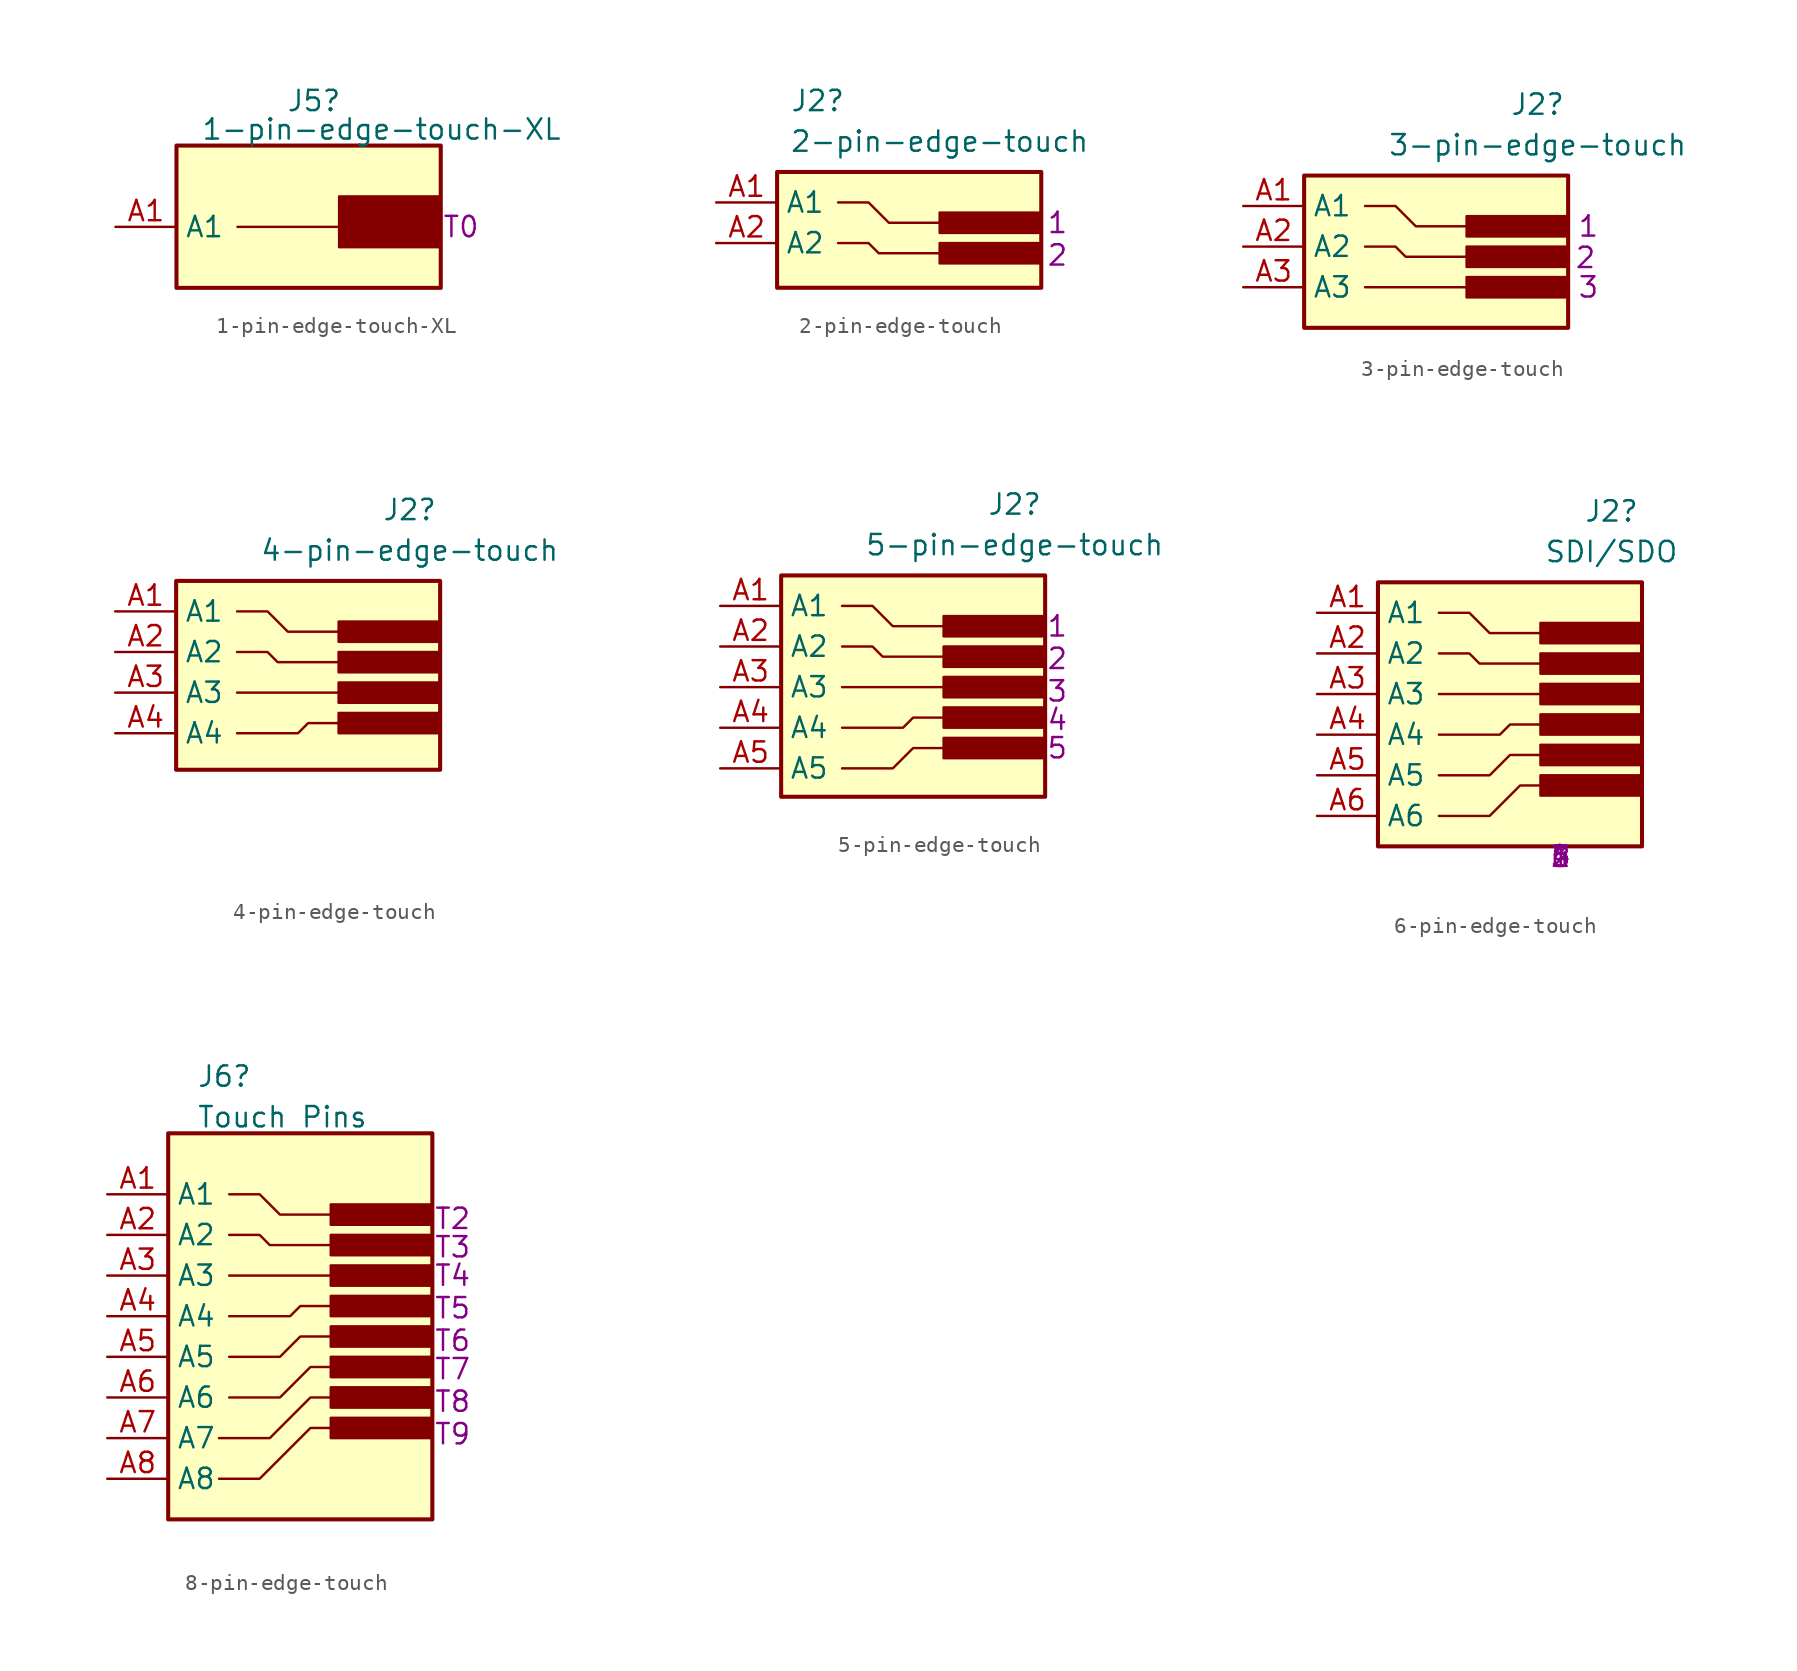
<source format=kicad_sym>
(kicad_symbol_lib
  (version 20220914)
  (generator kicad_symbol_editor)
  (symbol "1-pin-edge-touch-XL"
    (property "Reference" "J5"
      (at -4.572 20.574 0)
      (effects (font (size 1.27 1.27)) (justify left)))
    (property "Value" "1-pin-edge-touch-XL"
      (at -9.906 18.796 0)
      (effects (font (size 1.27 1.27)) (justify left)))
    (property "PIN1" "T0"
      (at 6.35 12.7 0)
      (effects (font (size 1.27 1.27))))
    (symbol "1-pin-edge-touch-XL_0_1"
      (rectangle (start -11.43 17.78) (end 5.08 8.89) (stroke (width 0.254) (type default)) (fill (type background)))
      (rectangle (start -1.27 14.605) (end 5.08 11.43) (stroke (width 0) (type default)) (fill (type color) (color 132 0 0 1)))
      (polyline (pts (xy -7.62 12.7) (xy -5.715 12.7) (xy -5.08 12.7) (xy -1.27 12.7)) (stroke (width 0) (type default)) (fill (type none))))
    (symbol "1-pin-edge-touch-XL_1_1"
      (pin passive line (at -15.24 12.7 0) (length 3.81) (name "A1" (effects (font (size 1.27 1.27)))) (number "A1" (effects (font (size 1.27 1.27)))))))
  (symbol "2-pin-edge-touch"
    (property "Reference" "J2"
      (at -6.35 7.62 0)
      (effects (font (size 1.27 1.27))))
    (property "Value" "2-pin-edge-touch"
      (at 1.27 5.08 0)
      (effects (font (size 1.27 1.27))))
    (property "PIN1" "1"
      (at 8.636 0 0)
      (effects (font (size 1.27 1.27))))
    (property "PIN2" "2"
      (at 8.636 -2.032 0)
      (effects (font (size 1.27 1.27))))
    (symbol "2-pin-edge-touch_0_1"
      (rectangle (start -8.89 3.175) (end 7.62 -4.064) (stroke (width 0.254) (type default)) (fill (type background)))
      (polyline (pts (xy -5.08 -1.27) (xy -3.175 -1.27) (xy -2.54 -1.905) (xy 1.27 -1.905)) (stroke (width 0) (type default)) (fill (type none)))
      (polyline (pts (xy -5.08 1.27) (xy -3.175 1.27) (xy -1.905 0) (xy 1.27 0)) (stroke (width 0) (type default)) (fill (type none)))
      (rectangle (start 1.27 -1.27) (end 7.62 -2.54) (stroke (width 0) (type default)) (fill (type color) (color 132 0 0 1)))
      (rectangle (start 1.27 0.635) (end 7.62 -0.635) (stroke (width 0) (type default)) (fill (type color) (color 132 0 0 1))))
    (symbol "2-pin-edge-touch_1_1"
      (pin passive line (at -12.7 1.27 0) (length 3.81) (name "A1" (effects (font (size 1.27 1.27)))) (number "A1" (effects (font (size 1.27 1.27)))))
      (pin passive line (at -12.7 -1.27 0) (length 3.81) (name "A2" (effects (font (size 1.27 1.27)))) (number "A2" (effects (font (size 1.27 1.27)))))))
  (symbol "3-pin-edge-touch"
    (property "Reference" "J2"
      (at 1.905 8.89 0)
      (effects (font (size 1.27 1.27))))
    (property "Value" "3-pin-edge-touch"
      (at 1.905 6.35 0)
      (effects (font (size 1.27 1.27))))
    (property "PIN1" "1"
      (at 5.08 1.27 0)
      (effects (font (size 1.27 1.27))))
    (property "PIN2" "2"
      (at 4.895 -0.696 0)
      (effects (font (size 1.27 1.27))))
    (property "PIN3" "3"
      (at 5.08 -2.54 0)
      (effects (font (size 1.27 1.27))))
    (symbol "3-pin-edge-touch_0_1"
      (rectangle (start -12.7 4.445) (end 3.81 -5.08) (stroke (width 0.254) (type default)) (fill (type background)))
      (rectangle (start -2.54 -1.905) (end 3.81 -3.175) (stroke (width 0) (type default)) (fill (type color) (color 132 0 0 1)))
      (rectangle (start -2.54 0) (end 3.81 -1.27) (stroke (width 0) (type default)) (fill (type color) (color 132 0 0 1)))
      (rectangle (start -2.54 1.905) (end 3.81 0.635) (stroke (width 0) (type default)) (fill (type color) (color 132 0 0 1)))
      (polyline (pts (xy -8.89 -2.54) (xy -2.54 -2.54)) (stroke (width 0) (type default)) (fill (type none)))
      (polyline (pts (xy -8.89 0) (xy -6.985 0) (xy -6.35 -0.635) (xy -2.54 -0.635)) (stroke (width 0) (type default)) (fill (type none)))
      (polyline (pts (xy -8.89 2.54) (xy -6.985 2.54) (xy -5.715 1.27) (xy -2.54 1.27)) (stroke (width 0) (type default)) (fill (type none))))
    (symbol "3-pin-edge-touch_1_1"
      (pin passive line (at -16.51 2.54 0) (length 3.81) (name "A1" (effects (font (size 1.27 1.27)))) (number "A1" (effects (font (size 1.27 1.27)))))
      (pin passive line (at -16.51 0 0) (length 3.81) (name "A2" (effects (font (size 1.27 1.27)))) (number "A2" (effects (font (size 1.27 1.27)))))
      (pin passive line (at -16.51 -2.54 0) (length 3.81) (name "A3" (effects (font (size 1.27 1.27)))) (number "A3" (effects (font (size 1.27 1.27)))))))
  (symbol "4-pin-edge-touch"
    (property "Reference" "J2"
      (at 3.175 10.16 0)
      (effects (font (size 1.27 1.27))))
    (property "Value" "4-pin-edge-touch"
      (at 3.175 7.62 0)
      (effects (font (size 1.27 1.27))))
    (property "PIN1" ""
      (at 0 -11.43 0)
      (effects (font (size 1.27 1.27))))
    (property "PIN2" ""
      (at 0 -11.43 0)
      (effects (font (size 1.27 1.27))))
    (property "PIN3" ""
      (at 0 -11.43 0)
      (effects (font (size 1.27 1.27))))
    (property "PIN4" ""
      (at 0 -11.43 0)
      (effects (font (size 1.27 1.27))))
    (symbol "4-pin-edge-touch_0_1"
      (rectangle (start -11.43 5.715) (end 5.08 -6.096) (stroke (width 0.254) (type default)) (fill (type background)))
      (rectangle (start -1.27 -2.54) (end 5.08 -3.81) (stroke (width 0) (type default)) (fill (type color) (color 132 0 0 1)))
      (rectangle (start -1.27 -0.635) (end 5.08 -1.905) (stroke (width 0) (type default)) (fill (type color) (color 132 0 0 1)))
      (rectangle (start -1.27 1.27) (end 5.08 0) (stroke (width 0) (type default)) (fill (type color) (color 132 0 0 1)))
      (rectangle (start -1.27 3.175) (end 5.08 1.905) (stroke (width 0) (type default)) (fill (type color) (color 132 0 0 1)))
      (polyline (pts (xy -7.62 -1.27) (xy -1.27 -1.27)) (stroke (width 0) (type default)) (fill (type none)))
      (polyline (pts (xy -7.62 -3.81) (xy -3.81 -3.81) (xy -3.175 -3.175) (xy -1.27 -3.175)) (stroke (width 0) (type default)) (fill (type none)))
      (polyline (pts (xy -7.62 1.27) (xy -5.715 1.27) (xy -5.08 0.635) (xy -1.27 0.635)) (stroke (width 0) (type default)) (fill (type none)))
      (polyline (pts (xy -7.62 3.81) (xy -5.715 3.81) (xy -4.445 2.54) (xy -1.27 2.54)) (stroke (width 0) (type default)) (fill (type none))))
    (symbol "4-pin-edge-touch_1_1"
      (pin passive line (at -15.24 3.81 0) (length 3.81) (name "A1" (effects (font (size 1.27 1.27)))) (number "A1" (effects (font (size 1.27 1.27)))))
      (pin passive line (at -15.24 1.27 0) (length 3.81) (name "A2" (effects (font (size 1.27 1.27)))) (number "A2" (effects (font (size 1.27 1.27)))))
      (pin passive line (at -15.24 -1.27 0) (length 3.81) (name "A3" (effects (font (size 1.27 1.27)))) (number "A3" (effects (font (size 1.27 1.27)))))
      (pin passive line (at -15.24 -3.81 0) (length 3.81) (name "A4" (effects (font (size 1.27 1.27)))) (number "A4" (effects (font (size 1.27 1.27)))))))
  (symbol "5-pin-edge-touch"
    (property "Reference" "J2"
      (at 3.175 21.59 0)
      (effects (font (size 1.27 1.27))))
    (property "Value" "5-pin-edge-touch"
      (at 3.175 19.05 0)
      (effects (font (size 1.27 1.27))))
    (property "PIN1" "1"
      (at 5.842 13.97 0)
      (effects (font (size 1.27 1.27))))
    (property "PIN2" "2"
      (at 5.842 11.938 0)
      (effects (font (size 1.27 1.27))))
    (property "PIN3" "3"
      (at 5.842 9.906 0)
      (effects (font (size 1.27 1.27))))
    (property "PIN4" "4"
      (at 5.842 8.128 0)
      (effects (font (size 1.27 1.27))))
    (property "PIN5" "5"
      (at 5.842 6.35 0)
      (effects (font (size 1.27 1.27))))
    (symbol "5-pin-edge-touch_0_1"
      (rectangle (start -11.43 17.145) (end 5.08 3.302) (stroke (width 0.254) (type default)) (fill (type background)))
      (rectangle (start -1.27 6.985) (end 5.08 5.715) (stroke (width 0) (type default)) (fill (type color) (color 132 0 0 1)))
      (rectangle (start -1.27 8.89) (end 5.08 7.62) (stroke (width 0) (type default)) (fill (type color) (color 132 0 0 1)))
      (rectangle (start -1.27 10.795) (end 5.08 9.525) (stroke (width 0) (type default)) (fill (type color) (color 132 0 0 1)))
      (rectangle (start -1.27 12.7) (end 5.08 11.43) (stroke (width 0) (type default)) (fill (type color) (color 132 0 0 1)))
      (rectangle (start -1.27 14.605) (end 5.08 13.335) (stroke (width 0) (type default)) (fill (type color) (color 132 0 0 1)))
      (polyline (pts (xy -7.62 10.16) (xy -1.27 10.16)) (stroke (width 0) (type default)) (fill (type none)))
      (polyline (pts (xy -7.62 5.08) (xy -4.445 5.08) (xy -3.175 6.35) (xy -1.27 6.35)) (stroke (width 0) (type default)) (fill (type none)))
      (polyline (pts (xy -7.62 7.62) (xy -3.81 7.62) (xy -3.175 8.255) (xy -1.27 8.255)) (stroke (width 0) (type default)) (fill (type none)))
      (polyline (pts (xy -7.62 12.7) (xy -5.715 12.7) (xy -5.08 12.065) (xy -1.27 12.065)) (stroke (width 0) (type default)) (fill (type none)))
      (polyline (pts (xy -7.62 15.24) (xy -5.715 15.24) (xy -4.445 13.97) (xy -1.27 13.97)) (stroke (width 0) (type default)) (fill (type none))))
    (symbol "5-pin-edge-touch_1_1"
      (pin passive line (at -15.24 15.24 0) (length 3.81) (name "A1" (effects (font (size 1.27 1.27)))) (number "A1" (effects (font (size 1.27 1.27)))))
      (pin passive line (at -15.24 12.7 0) (length 3.81) (name "A2" (effects (font (size 1.27 1.27)))) (number "A2" (effects (font (size 1.27 1.27)))))
      (pin passive line (at -15.24 10.16 0) (length 3.81) (name "A3" (effects (font (size 1.27 1.27)))) (number "A3" (effects (font (size 1.27 1.27)))))
      (pin passive line (at -15.24 7.62 0) (length 3.81) (name "A4" (effects (font (size 1.27 1.27)))) (number "A4" (effects (font (size 1.27 1.27)))))
      (pin passive line (at -15.24 5.08 0) (length 3.81) (name "A5" (effects (font (size 1.27 1.27)))) (number "A5" (effects (font (size 1.27 1.27)))))))
  (symbol "6-pin-edge-touch"
    (property "Reference" "J2"
      (at 3.175 21.59 0)
      (effects (font (size 1.27 1.27))))
    (property "Value" "SDI/SDO"
      (at 3.175 19.05 0)
      (effects (font (size 1.27 1.27))))
    (property "PIN1" "1"
      (at 0 0 0)
      (effects (font (size 1.27 1.27))))
    (property "PIN2" "2"
      (at 0 0 0)
      (effects (font (size 1.27 1.27))))
    (property "PIN3" "3"
      (at 0 0 0)
      (effects (font (size 1.27 1.27))))
    (property "PIN4" "4"
      (at 0 0 0)
      (effects (font (size 1.27 1.27))))
    (property "PIN5" "5"
      (at 0 0 0)
      (effects (font (size 1.27 1.27))))
    (property "PIN6" "6"
      (at 0 0 0)
      (effects (font (size 1.27 1.27))))
    (symbol "6-pin-edge-touch_0_1"
      (rectangle (start -11.43 17.145) (end 5.08 0.635) (stroke (width 0.254) (type default)) (fill (type background)))
      (rectangle (start -1.27 5.08) (end 5.08 3.81) (stroke (width 0) (type default)) (fill (type color) (color 132 0 0 1)))
      (rectangle (start -1.27 6.985) (end 5.08 5.715) (stroke (width 0) (type default)) (fill (type color) (color 132 0 0 1)))
      (rectangle (start -1.27 8.89) (end 5.08 7.62) (stroke (width 0) (type default)) (fill (type color) (color 132 0 0 1)))
      (rectangle (start -1.27 10.795) (end 5.08 9.525) (stroke (width 0) (type default)) (fill (type color) (color 132 0 0 1)))
      (rectangle (start -1.27 12.7) (end 5.08 11.43) (stroke (width 0) (type default)) (fill (type color) (color 132 0 0 1)))
      (rectangle (start -1.27 14.605) (end 5.08 13.335) (stroke (width 0) (type default)) (fill (type color) (color 132 0 0 1)))
      (polyline (pts (xy -7.62 10.16) (xy -1.27 10.16)) (stroke (width 0) (type default)) (fill (type none)))
      (polyline (pts (xy -7.62 2.54) (xy -4.445 2.54) (xy -2.54 4.445) (xy -1.27 4.445)) (stroke (width 0) (type default)) (fill (type none)))
      (polyline (pts (xy -7.62 5.08) (xy -4.445 5.08) (xy -3.175 6.35) (xy -1.27 6.35)) (stroke (width 0) (type default)) (fill (type none)))
      (polyline (pts (xy -7.62 7.62) (xy -3.81 7.62) (xy -3.175 8.255) (xy -1.27 8.255)) (stroke (width 0) (type default)) (fill (type none)))
      (polyline (pts (xy -7.62 12.7) (xy -5.715 12.7) (xy -5.08 12.065) (xy -1.27 12.065)) (stroke (width 0) (type default)) (fill (type none)))
      (polyline (pts (xy -7.62 15.24) (xy -5.715 15.24) (xy -4.445 13.97) (xy -1.27 13.97)) (stroke (width 0) (type default)) (fill (type none))))
    (symbol "6-pin-edge-touch_1_1"
      (pin passive line (at -15.24 15.24 0) (length 3.81) (name "A1" (effects (font (size 1.27 1.27)))) (number "A1" (effects (font (size 1.27 1.27)))))
      (pin passive line (at -15.24 12.7 0) (length 3.81) (name "A2" (effects (font (size 1.27 1.27)))) (number "A2" (effects (font (size 1.27 1.27)))))
      (pin passive line (at -15.24 10.16 0) (length 3.81) (name "A3" (effects (font (size 1.27 1.27)))) (number "A3" (effects (font (size 1.27 1.27)))))
      (pin passive line (at -15.24 7.62 0) (length 3.81) (name "A4" (effects (font (size 1.27 1.27)))) (number "A4" (effects (font (size 1.27 1.27)))))
      (pin passive line (at -15.24 5.08 0) (length 3.81) (name "A5" (effects (font (size 1.27 1.27)))) (number "A5" (effects (font (size 1.27 1.27)))))
      (pin passive line (at -15.24 2.54 0) (length 3.81) (name "A6" (effects (font (size 1.27 1.27)))) (number "A6" (effects (font (size 1.27 1.27)))))))
  (symbol "8-pin-edge-touch"
    (property "Reference" "J6"
      (at -9.652 22.606 0)
      (effects (font (size 1.27 1.27)) (justify left)))
    (property "Value" "Touch Pins"
      (at -9.652 20.066 0)
      (effects (font (size 1.27 1.27)) (justify left)))
    (property "PIN1" "T2"
      (at 6.35 13.716 0)
      (effects (font (size 1.27 1.27))))
    (property "PIN2" "T3"
      (at 6.35 11.938 0)
      (effects (font (size 1.27 1.27))))
    (property "PIN3" "T4"
      (at 6.35 10.16 0)
      (effects (font (size 1.27 1.27))))
    (property "PIN4" "T5"
      (at 6.35 8.128 0)
      (effects (font (size 1.27 1.27))))
    (property "PIN5" "T6"
      (at 6.35 6.096 0)
      (effects (font (size 1.27 1.27))))
    (property "PIN6" "T7"
      (at 6.35 4.318 0)
      (effects (font (size 1.27 1.27))))
    (property "PIN7" "T8"
      (at 6.35 2.286 0)
      (effects (font (size 1.27 1.27))))
    (property "PIN8" "T9"
      (at 6.35 0.254 0)
      (effects (font (size 1.27 1.27))))
    (symbol "8-pin-edge-touch_0_1"
      (rectangle (start -11.43 19.05) (end 5.08 -5.08) (stroke (width 0.254) (type default)) (fill (type background)))
      (rectangle (start -1.27 1.27) (end 5.08 0) (stroke (width 0) (type default)) (fill (type color) (color 132 0 0 1)))
      (rectangle (start -1.27 3.175) (end 5.08 1.905) (stroke (width 0) (type default)) (fill (type color) (color 132 0 0 1)))
      (rectangle (start -1.27 5.08) (end 5.08 3.81) (stroke (width 0) (type default)) (fill (type color) (color 132 0 0 1)))
      (rectangle (start -1.27 6.985) (end 5.08 5.715) (stroke (width 0) (type default)) (fill (type color) (color 132 0 0 1)))
      (rectangle (start -1.27 8.89) (end 5.08 7.62) (stroke (width 0) (type default)) (fill (type color) (color 132 0 0 1)))
      (rectangle (start -1.27 10.795) (end 5.08 9.525) (stroke (width 0) (type default)) (fill (type color) (color 132 0 0 1)))
      (rectangle (start -1.27 12.7) (end 5.08 11.43) (stroke (width 0) (type default)) (fill (type color) (color 132 0 0 1)))
      (rectangle (start -1.27 14.605) (end 5.08 13.335) (stroke (width 0) (type default)) (fill (type color) (color 132 0 0 1)))
      (polyline (pts (xy -7.62 10.16) (xy -1.27 10.16)) (stroke (width 0) (type default)) (fill (type none)))
      (polyline (pts (xy -8.255 -2.54) (xy -5.715 -2.54) (xy -2.54 0.635) (xy -1.27 0.635)) (stroke (width 0) (type default)) (fill (type none)))
      (polyline (pts (xy -8.255 0) (xy -5.08 0) (xy -2.54 2.54) (xy -1.27 2.54)) (stroke (width 0) (type default)) (fill (type none)))
      (polyline (pts (xy -7.62 2.54) (xy -4.445 2.54) (xy -2.54 4.445) (xy -1.27 4.445)) (stroke (width 0) (type default)) (fill (type none)))
      (polyline (pts (xy -7.62 5.08) (xy -4.445 5.08) (xy -3.175 6.35) (xy -1.27 6.35)) (stroke (width 0) (type default)) (fill (type none)))
      (polyline (pts (xy -7.62 7.62) (xy -3.81 7.62) (xy -3.175 8.255) (xy -1.27 8.255)) (stroke (width 0) (type default)) (fill (type none)))
      (polyline (pts (xy -7.62 12.7) (xy -5.715 12.7) (xy -5.08 12.065) (xy -1.27 12.065)) (stroke (width 0) (type default)) (fill (type none)))
      (polyline (pts (xy -7.62 15.24) (xy -5.715 15.24) (xy -4.445 13.97) (xy -1.27 13.97)) (stroke (width 0) (type default)) (fill (type none))))
    (symbol "8-pin-edge-touch_1_1"
      (pin passive line (at -15.24 15.24 0) (length 3.81) (name "A1" (effects (font (size 1.27 1.27)))) (number "A1" (effects (font (size 1.27 1.27)))))
      (pin passive line (at -15.24 12.7 0) (length 3.81) (name "A2" (effects (font (size 1.27 1.27)))) (number "A2" (effects (font (size 1.27 1.27)))))
      (pin passive line (at -15.24 10.16 0) (length 3.81) (name "A3" (effects (font (size 1.27 1.27)))) (number "A3" (effects (font (size 1.27 1.27)))))
      (pin passive line (at -15.24 7.62 0) (length 3.81) (name "A4" (effects (font (size 1.27 1.27)))) (number "A4" (effects (font (size 1.27 1.27)))))
      (pin passive line (at -15.24 5.08 0) (length 3.81) (name "A5" (effects (font (size 1.27 1.27)))) (number "A5" (effects (font (size 1.27 1.27)))))
      (pin passive line (at -15.24 2.54 0) (length 3.81) (name "A6" (effects (font (size 1.27 1.27)))) (number "A6" (effects (font (size 1.27 1.27)))))
      (pin passive line (at -15.24 0 0) (length 3.81) (name "A7" (effects (font (size 1.27 1.27)))) (number "A7" (effects (font (size 1.27 1.27)))))
      (pin passive line (at -15.24 -2.54 0) (length 3.81) (name "A8" (effects (font (size 1.27 1.27)))) (number "A8" (effects (font (size 1.27 1.27))))))))
</source>
